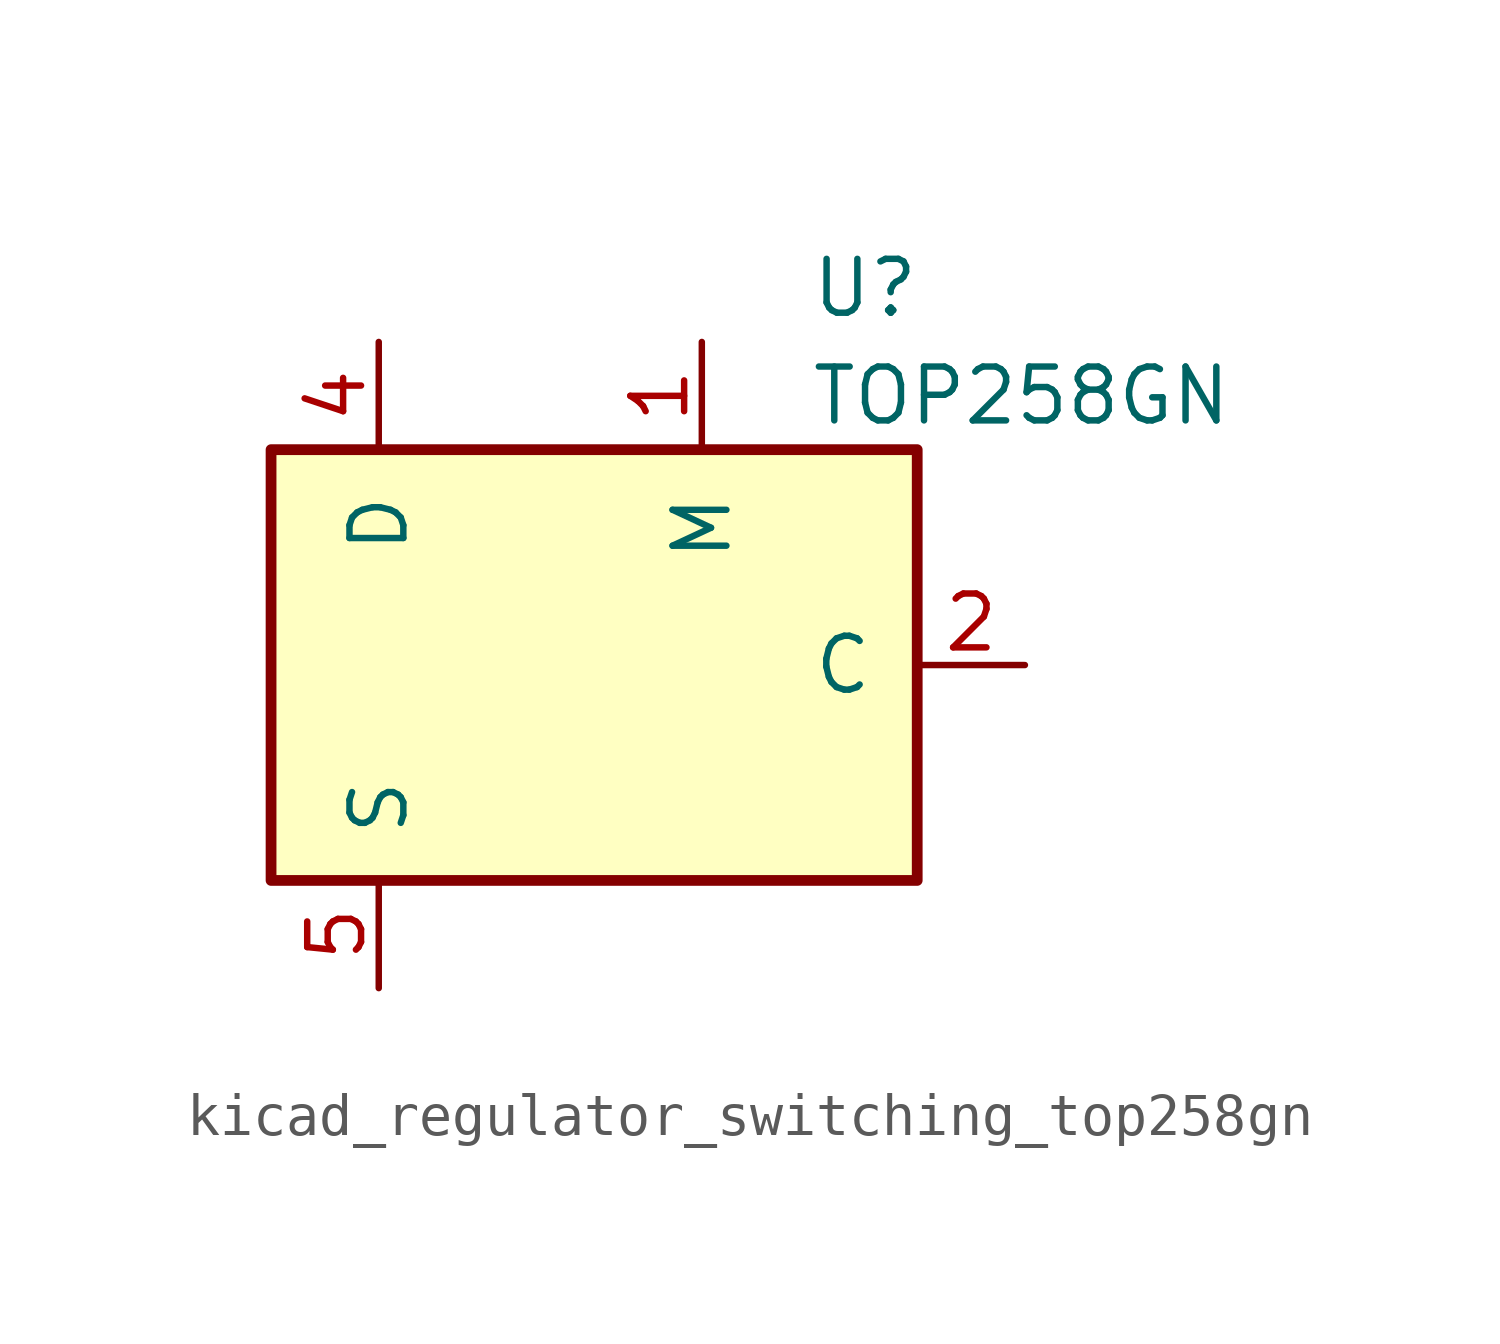
<source format=kicad_sym>
(kicad_symbol_lib
  (version 20220914)
  (generator kicad_symbol_editor)
  (symbol "kicad_regulator_switching_top258gn"
    (pin_names
      (offset 1.016))
    (property "Reference" "U"
      (at 5.08 8.89 0)
      (effects (font (size 1.27 1.27)) (justify left)))
    (property "Value" "TOP258GN"
      (at 5.08 6.35 0)
      (effects (font (size 1.27 1.27)) (justify left)))
    (symbol "kicad_regulator_switching_top258gn_0_1"
      (rectangle (start -7.62 5.08) (end 7.62 -5.08) (stroke (width 0.254) (type default)) (fill (type background))))
    (symbol "kicad_regulator_switching_top258gn_1_1"
      (pin input line (at 2.54 7.62 270) (length 2.54) (name "M" (effects (font (size 1.27 1.27)))) (number "1" (effects (font (size 1.27 1.27)))))
      (pin input line (at 10.16 0 180) (length 2.54) (name "C" (effects (font (size 1.27 1.27)))) (number "2" (effects (font (size 1.27 1.27)))))
      (pin open_collector line (at -5.08 7.62 270) (length 2.54) (name "D" (effects (font (size 1.27 1.27)))) (number "4" (effects (font (size 1.27 1.27)))))
      (pin power_in line (at -5.08 -7.62 90) (length 2.54) (name "S" (effects (font (size 1.27 1.27)))) (number "5" (effects (font (size 1.27 1.27)))))
      (pin passive line (at -5.08 -7.62 90) (length 2.54) hide (name "S" (effects (font (size 1.27 1.27)))) (number "6" (effects (font (size 1.27 1.27)))))
      (pin passive line (at -5.08 -7.62 90) (length 2.54) hide (name "S" (effects (font (size 1.27 1.27)))) (number "7" (effects (font (size 1.27 1.27)))))
      (pin passive line (at -5.08 -7.62 90) (length 2.54) hide (name "S" (effects (font (size 1.27 1.27)))) (number "8" (effects (font (size 1.27 1.27))))))))
</source>
